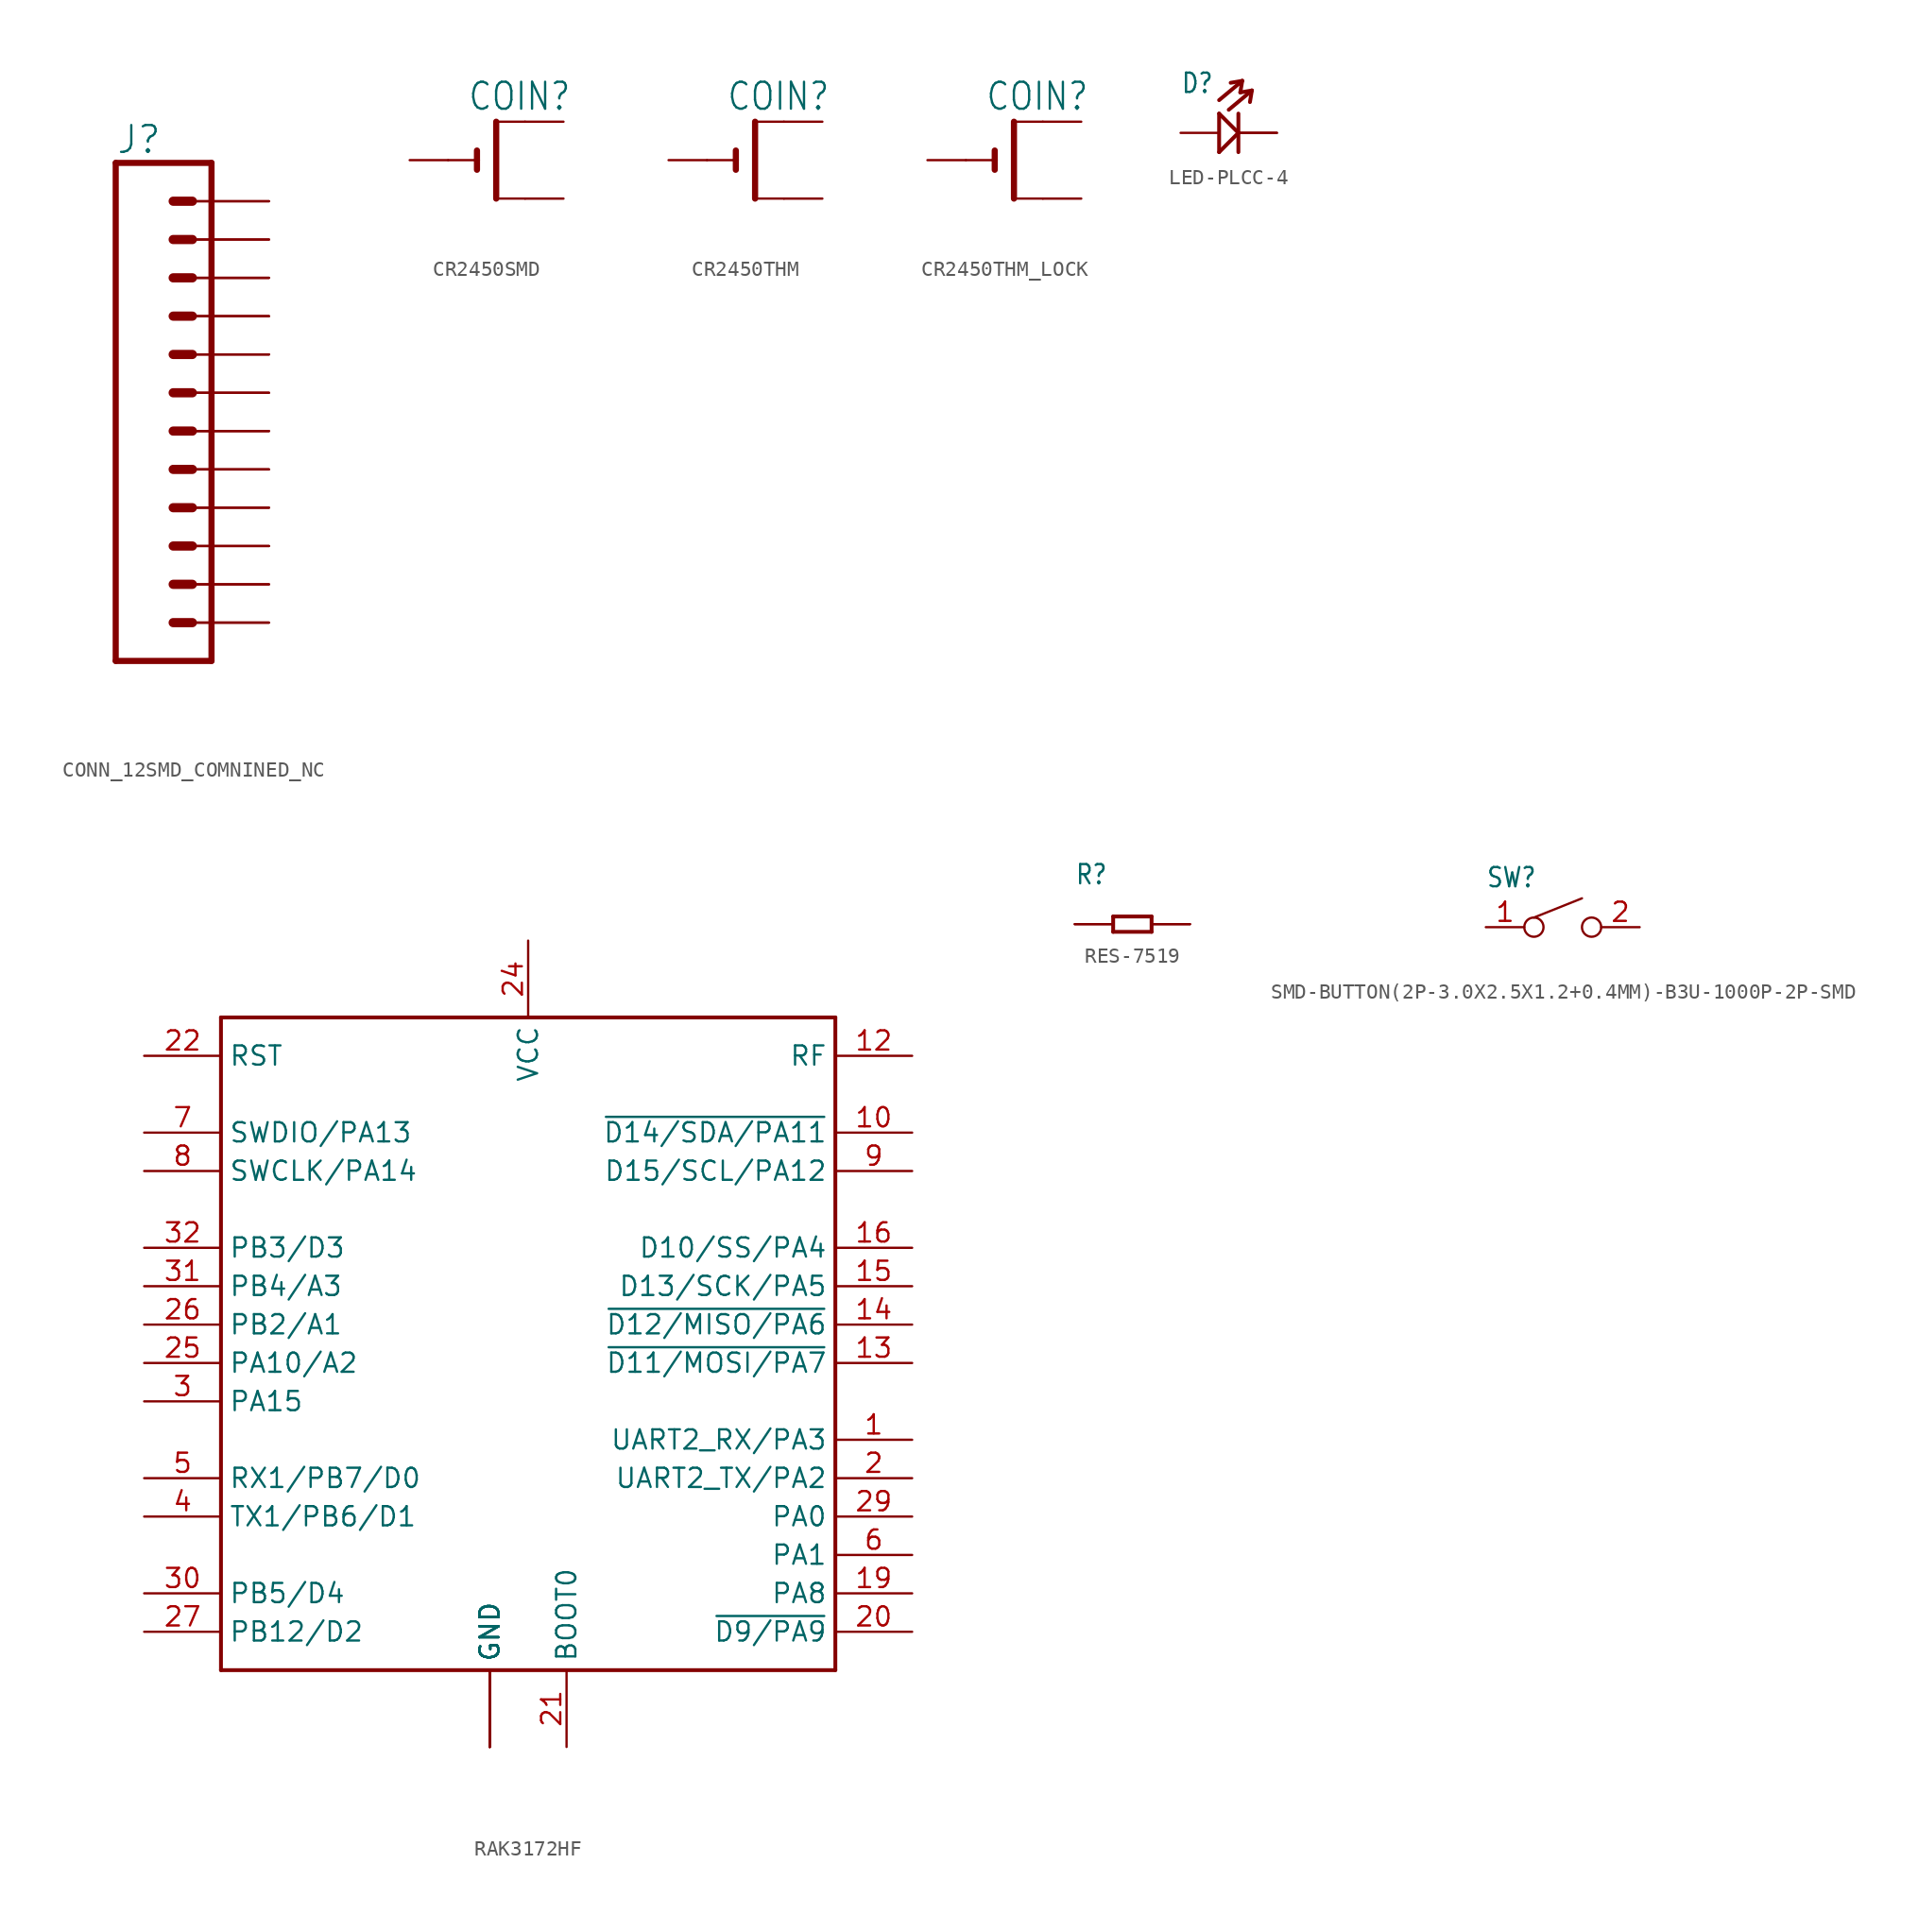
<source format=kicad_sym>
(kicad_symbol_lib
  (version 20220914)
  (generator kicad_symbol_editor)
  (symbol "CONN_12SMD_COMNINED_NC"
    (property "Reference" "J"
      (at 0 15.748 0)
      (effects (font (size 1.778 1.778)) (justify left bottom)))
    (property "Value" ""
      (at 0 -20.066 0)
      (effects (font (size 1.778 1.778)) (justify left bottom)))
    (property "ki_locked" ""
      (at 0 0 0)
      (effects (font (size 1.27 1.27))))
    (symbol "CONN_12SMD_COMNINED_NC_1_0"
      (polyline (pts (xy 0 15.24) (xy 0 -17.78)) (stroke (width 0.406) (type solid)) (fill (type none)))
      (polyline (pts (xy 0 15.24) (xy 6.35 15.24)) (stroke (width 0.406) (type solid)) (fill (type none)))
      (polyline (pts (xy 3.81 -15.24) (xy 5.08 -15.24)) (stroke (width 0.61) (type solid)) (fill (type none)))
      (polyline (pts (xy 3.81 -12.7) (xy 5.08 -12.7)) (stroke (width 0.61) (type solid)) (fill (type none)))
      (polyline (pts (xy 3.81 -10.16) (xy 5.08 -10.16)) (stroke (width 0.61) (type solid)) (fill (type none)))
      (polyline (pts (xy 3.81 -7.62) (xy 5.08 -7.62)) (stroke (width 0.61) (type solid)) (fill (type none)))
      (polyline (pts (xy 3.81 -5.08) (xy 5.08 -5.08)) (stroke (width 0.61) (type solid)) (fill (type none)))
      (polyline (pts (xy 3.81 -2.54) (xy 5.08 -2.54)) (stroke (width 0.61) (type solid)) (fill (type none)))
      (polyline (pts (xy 3.81 0) (xy 5.08 0)) (stroke (width 0.61) (type solid)) (fill (type none)))
      (polyline (pts (xy 3.81 2.54) (xy 5.08 2.54)) (stroke (width 0.61) (type solid)) (fill (type none)))
      (polyline (pts (xy 3.81 5.08) (xy 5.08 5.08)) (stroke (width 0.61) (type solid)) (fill (type none)))
      (polyline (pts (xy 3.81 7.62) (xy 5.08 7.62)) (stroke (width 0.61) (type solid)) (fill (type none)))
      (polyline (pts (xy 3.81 10.16) (xy 5.08 10.16)) (stroke (width 0.61) (type solid)) (fill (type none)))
      (polyline (pts (xy 3.81 12.7) (xy 5.08 12.7)) (stroke (width 0.61) (type solid)) (fill (type none)))
      (polyline (pts (xy 6.35 -17.78) (xy 0 -17.78)) (stroke (width 0.406) (type solid)) (fill (type none)))
      (polyline (pts (xy 6.35 -17.78) (xy 6.35 15.24)) (stroke (width 0.406) (type solid)) (fill (type none)))
      (pin passive line (at 10.16 -15.24 180) (length 5.08) (name "1" (effects (font (size 0 0)))) (number "1" (effects (font (size 0 0)))))
      (pin passive line (at 10.16 7.62 180) (length 5.08) (name "10" (effects (font (size 0 0)))) (number "10" (effects (font (size 0 0)))))
      (pin passive line (at 10.16 7.62 180) (length 5.08) (name "10" (effects (font (size 0 0)))) (number "10@2" (effects (font (size 0 0)))))
      (pin passive line (at 10.16 10.16 180) (length 5.08) (name "11" (effects (font (size 0 0)))) (number "11" (effects (font (size 0 0)))))
      (pin passive line (at 10.16 10.16 180) (length 5.08) (name "11" (effects (font (size 0 0)))) (number "11@2" (effects (font (size 0 0)))))
      (pin passive line (at 10.16 12.7 180) (length 5.08) (name "12" (effects (font (size 0 0)))) (number "12" (effects (font (size 0 0)))))
      (pin passive line (at 10.16 12.7 180) (length 5.08) (name "12" (effects (font (size 0 0)))) (number "12@2" (effects (font (size 0 0)))))
      (pin passive line (at 10.16 -15.24 180) (length 5.08) (name "1" (effects (font (size 0 0)))) (number "1@2" (effects (font (size 0 0)))))
      (pin passive line (at 10.16 -12.7 180) (length 5.08) (name "2" (effects (font (size 0 0)))) (number "2" (effects (font (size 0 0)))))
      (pin passive line (at 10.16 -12.7 180) (length 5.08) (name "2" (effects (font (size 0 0)))) (number "2@2" (effects (font (size 0 0)))))
      (pin passive line (at 10.16 -10.16 180) (length 5.08) (name "3" (effects (font (size 0 0)))) (number "3" (effects (font (size 0 0)))))
      (pin passive line (at 10.16 -10.16 180) (length 5.08) (name "3" (effects (font (size 0 0)))) (number "3@2" (effects (font (size 0 0)))))
      (pin passive line (at 10.16 -7.62 180) (length 5.08) (name "4" (effects (font (size 0 0)))) (number "4" (effects (font (size 0 0)))))
      (pin passive line (at 10.16 -7.62 180) (length 5.08) (name "4" (effects (font (size 0 0)))) (number "4@2" (effects (font (size 0 0)))))
      (pin passive line (at 10.16 -5.08 180) (length 5.08) (name "5" (effects (font (size 0 0)))) (number "5" (effects (font (size 0 0)))))
      (pin passive line (at 10.16 -5.08 180) (length 5.08) (name "5" (effects (font (size 0 0)))) (number "5@2" (effects (font (size 0 0)))))
      (pin passive line (at 10.16 -2.54 180) (length 5.08) (name "6" (effects (font (size 0 0)))) (number "6" (effects (font (size 0 0)))))
      (pin passive line (at 10.16 -2.54 180) (length 5.08) (name "6" (effects (font (size 0 0)))) (number "6@2" (effects (font (size 0 0)))))
      (pin passive line (at 10.16 0 180) (length 5.08) (name "7" (effects (font (size 0 0)))) (number "7" (effects (font (size 0 0)))))
      (pin passive line (at 10.16 0 180) (length 5.08) (name "7" (effects (font (size 0 0)))) (number "7@2" (effects (font (size 0 0)))))
      (pin passive line (at 10.16 2.54 180) (length 5.08) (name "8" (effects (font (size 0 0)))) (number "8" (effects (font (size 0 0)))))
      (pin passive line (at 10.16 2.54 180) (length 5.08) (name "8" (effects (font (size 0 0)))) (number "8@2" (effects (font (size 0 0)))))
      (pin passive line (at 10.16 5.08 180) (length 5.08) (name "9" (effects (font (size 0 0)))) (number "9" (effects (font (size 0 0)))))
      (pin passive line (at 10.16 5.08 180) (length 5.08) (name "9" (effects (font (size 0 0)))) (number "9@2" (effects (font (size 0 0)))))))
  (symbol "CR2450SMD"
    (property "Reference" "COIN"
      (at -1.27 3.175 0)
      (effects (font (size 1.778 1.511)) (justify left bottom)))
    (property "Value" ""
      (at -1.27 -5.08 0)
      (effects (font (size 1.778 1.511)) (justify left bottom)))
    (property "ki_locked" ""
      (at 0 0 0)
      (effects (font (size 1.27 1.27))))
    (symbol "CR2450SMD_1_0"
      (polyline (pts (xy -2.54 0) (xy -0.635 0)) (stroke (width 0.152) (type solid)) (fill (type none)))
      (polyline (pts (xy -0.635 0) (xy -0.635 -0.635)) (stroke (width 0.406) (type solid)) (fill (type none)))
      (polyline (pts (xy -0.635 0.635) (xy -0.635 0)) (stroke (width 0.406) (type solid)) (fill (type none)))
      (polyline (pts (xy 0.635 -2.54) (xy 2.54 -2.54)) (stroke (width 0.152) (type solid)) (fill (type none)))
      (polyline (pts (xy 0.635 2.54) (xy 0.635 -2.54)) (stroke (width 0.406) (type solid)) (fill (type none)))
      (polyline (pts (xy 0.635 2.54) (xy 2.54 2.54)) (stroke (width 0.152) (type solid)) (fill (type none)))
      (pin passive line (at 5.08 2.54 180) (length 2.54) (name "+" (effects (font (size 0 0)))) (number "+$1" (effects (font (size 0 0)))))
      (pin passive line (at 5.08 -2.54 180) (length 2.54) (name "+1" (effects (font (size 0 0)))) (number "+$2" (effects (font (size 0 0)))))
      (pin passive line (at -5.08 0 0) (length 2.54) (name "-" (effects (font (size 0 0)))) (number "-" (effects (font (size 0 0)))))))
  (symbol "CR2450THM"
    (property "Reference" "COIN"
      (at -1.27 3.175 0)
      (effects (font (size 1.778 1.511)) (justify left bottom)))
    (property "Value" ""
      (at -1.27 -5.08 0)
      (effects (font (size 1.778 1.511)) (justify left bottom)))
    (property "ki_locked" ""
      (at 0 0 0)
      (effects (font (size 1.27 1.27))))
    (symbol "CR2450THM_1_0"
      (polyline (pts (xy -2.54 0) (xy -0.635 0)) (stroke (width 0.152) (type solid)) (fill (type none)))
      (polyline (pts (xy -0.635 0) (xy -0.635 -0.635)) (stroke (width 0.406) (type solid)) (fill (type none)))
      (polyline (pts (xy -0.635 0.635) (xy -0.635 0)) (stroke (width 0.406) (type solid)) (fill (type none)))
      (polyline (pts (xy 0.635 -2.54) (xy 2.54 -2.54)) (stroke (width 0.152) (type solid)) (fill (type none)))
      (polyline (pts (xy 0.635 2.54) (xy 0.635 -2.54)) (stroke (width 0.406) (type solid)) (fill (type none)))
      (polyline (pts (xy 0.635 2.54) (xy 2.54 2.54)) (stroke (width 0.152) (type solid)) (fill (type none)))
      (pin passive line (at 5.08 2.54 180) (length 2.54) (name "+" (effects (font (size 0 0)))) (number "+1" (effects (font (size 0 0)))))
      (pin passive line (at 5.08 -2.54 180) (length 2.54) (name "+1" (effects (font (size 0 0)))) (number "+2" (effects (font (size 0 0)))))
      (pin passive line (at -5.08 0 0) (length 2.54) (name "-" (effects (font (size 0 0)))) (number "GND" (effects (font (size 0 0)))))))
  (symbol "CR2450THM_LOCK"
    (property "Reference" "COIN"
      (at -1.27 3.175 0)
      (effects (font (size 1.778 1.511)) (justify left bottom)))
    (property "Value" ""
      (at -1.27 -5.08 0)
      (effects (font (size 1.778 1.511)) (justify left bottom)))
    (property "ki_locked" ""
      (at 0 0 0)
      (effects (font (size 1.27 1.27))))
    (symbol "CR2450THM_LOCK_1_0"
      (polyline (pts (xy -2.54 0) (xy -0.635 0)) (stroke (width 0.152) (type solid)) (fill (type none)))
      (polyline (pts (xy -0.635 0) (xy -0.635 -0.635)) (stroke (width 0.406) (type solid)) (fill (type none)))
      (polyline (pts (xy -0.635 0.635) (xy -0.635 0)) (stroke (width 0.406) (type solid)) (fill (type none)))
      (polyline (pts (xy 0.635 -2.54) (xy 2.54 -2.54)) (stroke (width 0.152) (type solid)) (fill (type none)))
      (polyline (pts (xy 0.635 2.54) (xy 0.635 -2.54)) (stroke (width 0.406) (type solid)) (fill (type none)))
      (polyline (pts (xy 0.635 2.54) (xy 2.54 2.54)) (stroke (width 0.152) (type solid)) (fill (type none)))
      (pin passive line (at 5.08 2.54 180) (length 2.54) (name "+" (effects (font (size 0 0)))) (number "+1" (effects (font (size 0 0)))))
      (pin passive line (at 5.08 -2.54 180) (length 2.54) (name "+1" (effects (font (size 0 0)))) (number "+2" (effects (font (size 0 0)))))
      (pin passive line (at -5.08 0 0) (length 2.54) (name "-" (effects (font (size 0 0)))) (number "GND" (effects (font (size 0 0)))))))
  (symbol "LED-PLCC-4"
    (property "Reference" "D"
      (at -2.54 2.54 0)
      (effects (font (size 1.27 1.079)) (justify left bottom)))
    (property "Value" ""
      (at -2.54 1.27 0)
      (effects (font (size 1.27 1.079)) (justify left bottom)))
    (property "ki_locked" ""
      (at 0 0 0)
      (effects (font (size 1.27 1.27))))
    (symbol "LED-PLCC-4_1_0"
      (polyline (pts (xy 0 -1.27) (xy 1.27 0)) (stroke (width 0.254) (type solid)) (fill (type none)))
      (polyline (pts (xy 0 1.27) (xy 0 -1.27)) (stroke (width 0.254) (type solid)) (fill (type none)))
      (polyline (pts (xy 0 2.159) (xy 1.524 3.429)) (stroke (width 0.254) (type solid)) (fill (type none)))
      (polyline (pts (xy 0.635 1.524) (xy 2.159 2.794)) (stroke (width 0.254) (type solid)) (fill (type none)))
      (polyline (pts (xy 1.27 0) (xy 0 1.27)) (stroke (width 0.254) (type solid)) (fill (type none)))
      (polyline (pts (xy 1.27 0) (xy 1.27 -1.27)) (stroke (width 0.254) (type solid)) (fill (type none)))
      (polyline (pts (xy 1.27 1.27) (xy 1.27 0)) (stroke (width 0.254) (type solid)) (fill (type none)))
      (polyline (pts (xy 1.524 3.429) (xy 0.762 3.302)) (stroke (width 0.254) (type solid)) (fill (type none)))
      (polyline (pts (xy 1.524 3.429) (xy 1.397 2.667)) (stroke (width 0.254) (type solid)) (fill (type none)))
      (polyline (pts (xy 2.159 2.794) (xy 1.397 2.667)) (stroke (width 0.254) (type solid)) (fill (type none)))
      (polyline (pts (xy 2.159 2.794) (xy 2.032 2.032)) (stroke (width 0.254) (type solid)) (fill (type none)))
      (pin passive line (at 3.81 0 180) (length 2.54) (name "-" (effects (font (size 0 0)))) (number "1-1" (effects (font (size 0 0)))))
      (pin passive line (at 3.81 0 180) (length 2.54) (name "-" (effects (font (size 0 0)))) (number "1-2" (effects (font (size 0 0)))))
      (pin passive line (at -2.54 0 0) (length 2.54) (name "+" (effects (font (size 0 0)))) (number "2" (effects (font (size 0 0)))))))
  (symbol "RAK3172HF"
    (property "Reference" ""
      (at 0 0 0)
      (effects (font (size 1.27 1.27)) hide))
    (property "ki_locked" ""
      (at 0 0 0)
      (effects (font (size 1.27 1.27))))
    (symbol "RAK3172HF_1_0"
      (polyline (pts (xy 0 -2.54) (xy 0 40.64)) (stroke (width 0.254) (type solid)) (fill (type none)))
      (polyline (pts (xy 0 40.64) (xy 40.64 40.64)) (stroke (width 0.254) (type solid)) (fill (type none)))
      (polyline (pts (xy 40.64 -2.54) (xy 0 -2.54)) (stroke (width 0.254) (type solid)) (fill (type none)))
      (polyline (pts (xy 40.64 40.64) (xy 40.64 -2.54)) (stroke (width 0.254) (type solid)) (fill (type none)))
      (pin bidirectional line (at 45.72 12.7 180) (length 5.08) (name "UART2_RX/PA3" (effects (font (size 1.27 1.27)))) (number "1" (effects (font (size 1.27 1.27)))))
      (pin bidirectional line (at 45.72 33.02 180) (length 5.08) (name "~{D14/SDA/PA11}" (effects (font (size 1.27 1.27)))) (number "10" (effects (font (size 1.27 1.27)))))
      (pin power_in line (at 17.78 -7.62 90) (length 5.08) (name "GND" (effects (font (size 1.27 1.27)))) (number "11" (effects (font (size 0 0)))))
      (pin output line (at 45.72 38.1 180) (length 5.08) (name "RF" (effects (font (size 1.27 1.27)))) (number "12" (effects (font (size 1.27 1.27)))))
      (pin bidirectional line (at 45.72 17.78 180) (length 5.08) (name "~{D11/MOSI/PA7}" (effects (font (size 1.27 1.27)))) (number "13" (effects (font (size 1.27 1.27)))))
      (pin bidirectional line (at 45.72 20.32 180) (length 5.08) (name "~{D12/MISO/PA6}" (effects (font (size 1.27 1.27)))) (number "14" (effects (font (size 1.27 1.27)))))
      (pin bidirectional line (at 45.72 22.86 180) (length 5.08) (name "D13/SCK/PA5" (effects (font (size 1.27 1.27)))) (number "15" (effects (font (size 1.27 1.27)))))
      (pin bidirectional line (at 45.72 25.4 180) (length 5.08) (name "D10/SS/PA4" (effects (font (size 1.27 1.27)))) (number "16" (effects (font (size 1.27 1.27)))))
      (pin power_in line (at 17.78 -7.62 90) (length 5.08) (name "GND" (effects (font (size 1.27 1.27)))) (number "17" (effects (font (size 0 0)))))
      (pin power_in line (at 17.78 -7.62 90) (length 5.08) (name "GND" (effects (font (size 1.27 1.27)))) (number "18" (effects (font (size 0 0)))))
      (pin bidirectional line (at 45.72 2.54 180) (length 5.08) (name "PA8" (effects (font (size 1.27 1.27)))) (number "19" (effects (font (size 1.27 1.27)))))
      (pin bidirectional line (at 45.72 10.16 180) (length 5.08) (name "UART2_TX/PA2" (effects (font (size 1.27 1.27)))) (number "2" (effects (font (size 1.27 1.27)))))
      (pin bidirectional line (at 45.72 0 180) (length 5.08) (name "~{D9/PA9}" (effects (font (size 1.27 1.27)))) (number "20" (effects (font (size 1.27 1.27)))))
      (pin input line (at 22.86 -7.62 90) (length 5.08) (name "BOOT0" (effects (font (size 1.27 1.27)))) (number "21" (effects (font (size 1.27 1.27)))))
      (pin input line (at -5.08 38.1 0) (length 5.08) (name "RST" (effects (font (size 1.27 1.27)))) (number "22" (effects (font (size 1.27 1.27)))))
      (pin power_in line (at 17.78 -7.62 90) (length 5.08) (name "GND" (effects (font (size 1.27 1.27)))) (number "23" (effects (font (size 0 0)))))
      (pin power_in line (at 20.32 45.72 270) (length 5.08) (name "VCC" (effects (font (size 1.27 1.27)))) (number "24" (effects (font (size 1.27 1.27)))))
      (pin bidirectional line (at -5.08 17.78 0) (length 5.08) (name "PA10/A2~{}" (effects (font (size 1.27 1.27)))) (number "25" (effects (font (size 1.27 1.27)))))
      (pin bidirectional line (at -5.08 20.32 0) (length 5.08) (name "PB2/A1" (effects (font (size 1.27 1.27)))) (number "26" (effects (font (size 1.27 1.27)))))
      (pin bidirectional line (at -5.08 0 0) (length 5.08) (name "PB12/D2" (effects (font (size 1.27 1.27)))) (number "27" (effects (font (size 1.27 1.27)))))
      (pin power_in line (at 17.78 -7.62 90) (length 5.08) (name "GND" (effects (font (size 1.27 1.27)))) (number "28" (effects (font (size 0 0)))))
      (pin bidirectional line (at 45.72 7.62 180) (length 5.08) (name "PA0" (effects (font (size 1.27 1.27)))) (number "29" (effects (font (size 1.27 1.27)))))
      (pin bidirectional line (at -5.08 15.24 0) (length 5.08) (name "PA15" (effects (font (size 1.27 1.27)))) (number "3" (effects (font (size 1.27 1.27)))))
      (pin bidirectional line (at -5.08 2.54 0) (length 5.08) (name "PB5/D4" (effects (font (size 1.27 1.27)))) (number "30" (effects (font (size 1.27 1.27)))))
      (pin bidirectional line (at -5.08 22.86 0) (length 5.08) (name "PB4/A3" (effects (font (size 1.27 1.27)))) (number "31" (effects (font (size 1.27 1.27)))))
      (pin bidirectional line (at -5.08 25.4 0) (length 5.08) (name "PB3/D3" (effects (font (size 1.27 1.27)))) (number "32" (effects (font (size 1.27 1.27)))))
      (pin bidirectional line (at -5.08 7.62 0) (length 5.08) (name "TX1/PB6/D1~{}" (effects (font (size 1.27 1.27)))) (number "4" (effects (font (size 1.27 1.27)))))
      (pin bidirectional line (at -5.08 10.16 0) (length 5.08) (name "RX1/PB7/D0~{}" (effects (font (size 1.27 1.27)))) (number "5" (effects (font (size 1.27 1.27)))))
      (pin bidirectional line (at 45.72 5.08 180) (length 5.08) (name "PA1" (effects (font (size 1.27 1.27)))) (number "6" (effects (font (size 1.27 1.27)))))
      (pin bidirectional line (at -5.08 33.02 0) (length 5.08) (name "SWDIO/PA13" (effects (font (size 1.27 1.27)))) (number "7" (effects (font (size 1.27 1.27)))))
      (pin bidirectional line (at -5.08 30.48 0) (length 5.08) (name "SWCLK/PA14" (effects (font (size 1.27 1.27)))) (number "8" (effects (font (size 1.27 1.27)))))
      (pin bidirectional line (at 45.72 30.48 180) (length 5.08) (name "D15/SCL/PA12" (effects (font (size 1.27 1.27)))) (number "9" (effects (font (size 1.27 1.27)))))))
  (symbol "RES-7519"
    (property "Reference" "R"
      (at -3.81 2.54 0)
      (effects (font (size 1.27 1.079)) (justify left bottom)))
    (property "Value" ""
      (at -3.81 1.27 0)
      (effects (font (size 1.27 1.079)) (justify left bottom)))
    (property "ki_locked" ""
      (at 0 0 0)
      (effects (font (size 1.27 1.27))))
    (symbol "RES-7519_1_0"
      (polyline (pts (xy -1.27 -0.508) (xy -1.27 0.508)) (stroke (width 0.254) (type solid)) (fill (type none)))
      (polyline (pts (xy -1.27 0.508) (xy 1.27 0.508)) (stroke (width 0.254) (type solid)) (fill (type none)))
      (polyline (pts (xy 1.27 -0.508) (xy -1.27 -0.508)) (stroke (width 0.254) (type solid)) (fill (type none)))
      (polyline (pts (xy 1.27 0.508) (xy 1.27 -0.508)) (stroke (width 0.254) (type solid)) (fill (type none)))
      (pin passive line (at -3.81 0 0) (length 2.54) (name "1" (effects (font (size 0 0)))) (number "1" (effects (font (size 0 0)))))
      (pin passive line (at -3.81 0 0) (length 2.54) (name "1" (effects (font (size 0 0)))) (number "2" (effects (font (size 0 0)))))
      (pin passive line (at 3.81 0 180) (length 2.54) (name "2" (effects (font (size 0 0)))) (number "3" (effects (font (size 0 0)))))
      (pin passive line (at 3.81 0 180) (length 2.54) (name "2" (effects (font (size 0 0)))) (number "4" (effects (font (size 0 0)))))))
  (symbol "SMD-BUTTON(2P-3.0X2.5X1.2+0.4MM)-B3U-1000P-2P-SMD"
    (property "Reference" "SW"
      (at -5.08 2.54 0)
      (effects (font (size 1.27 1.079)) (justify left bottom)))
    (property "Value" ""
      (at -5.08 -2.54 0)
      (effects (font (size 1.27 1.079)) (justify left bottom)))
    (property "ki_locked" ""
      (at 0 0 0)
      (effects (font (size 1.27 1.27))))
    (symbol "SMD-BUTTON(2P-3.0X2.5X1.2+0.4MM)-B3U-1000P-2P-SMD_1_0"
      (circle (center -1.905 0) (radius 0.635) (stroke (width 0.152) (type solid)) (fill (type none)))
      (polyline (pts (xy -1.905 0.635) (xy 1.27 1.905)) (stroke (width 0.152) (type solid)) (fill (type none)))
      (circle (center 1.905 0) (radius 0.635) (stroke (width 0.152) (type solid)) (fill (type none)))
      (pin bidirectional line (at -5.08 0 0) (length 2.54) (name "1" (effects (font (size 0 0)))) (number "1" (effects (font (size 1.27 1.27)))))
      (pin bidirectional line (at 5.08 0 180) (length 2.54) (name "2" (effects (font (size 0 0)))) (number "2" (effects (font (size 1.27 1.27))))))))
</source>
